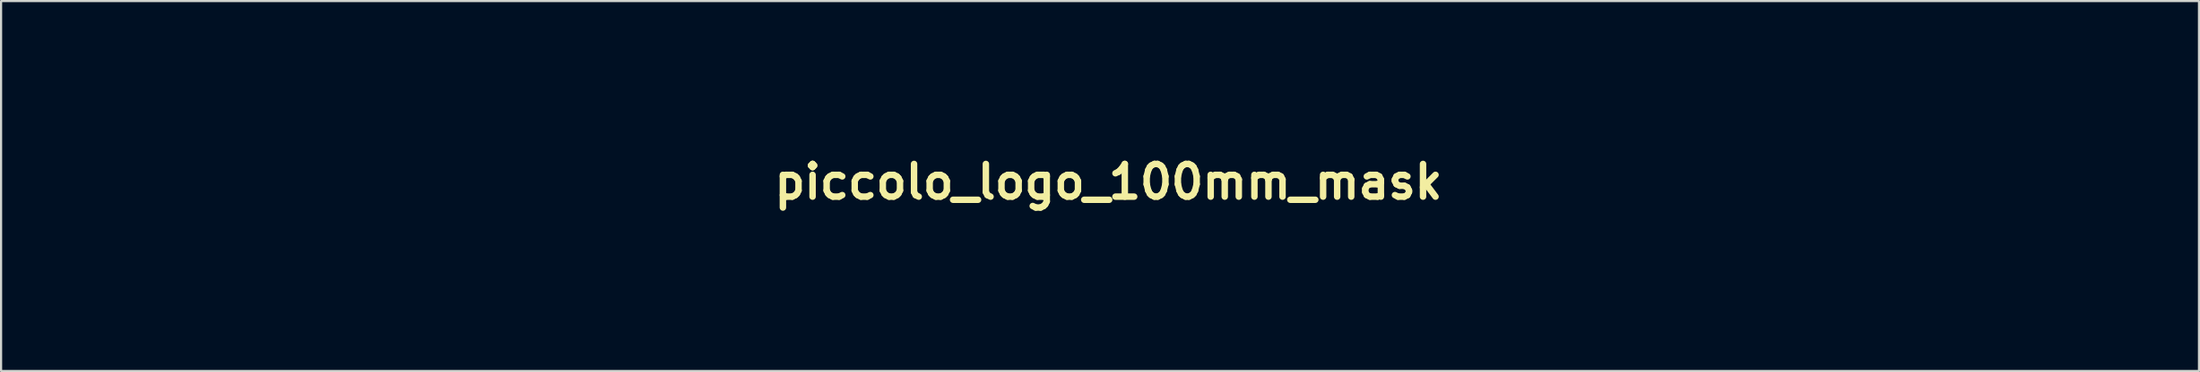
<source format=kicad_pcb>
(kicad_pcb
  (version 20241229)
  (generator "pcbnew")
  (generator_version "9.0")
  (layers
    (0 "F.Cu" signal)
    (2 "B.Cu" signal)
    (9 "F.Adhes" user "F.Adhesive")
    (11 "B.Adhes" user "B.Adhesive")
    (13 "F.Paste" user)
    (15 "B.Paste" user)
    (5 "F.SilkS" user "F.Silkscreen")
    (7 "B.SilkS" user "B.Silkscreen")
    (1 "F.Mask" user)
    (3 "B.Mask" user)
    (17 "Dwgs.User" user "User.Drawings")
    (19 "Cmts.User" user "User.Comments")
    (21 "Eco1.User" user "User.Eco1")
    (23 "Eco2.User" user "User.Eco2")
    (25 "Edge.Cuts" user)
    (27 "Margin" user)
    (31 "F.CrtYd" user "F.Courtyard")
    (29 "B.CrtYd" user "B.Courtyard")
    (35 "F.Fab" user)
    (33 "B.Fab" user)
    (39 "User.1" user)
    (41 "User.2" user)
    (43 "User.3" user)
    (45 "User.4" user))
  (footprint "piccolo_logo_100mm_mask"
    (layer "F.Cu")
    (at 48.472 5.424)
    (property "Reference" "piccolo_logo_100mm_mask" (at 0 0 0) (layer "F.SilkS") (effects (font (size 1.524 1.524) (thickness 0.3))))
    (attr board_only exclude_from_pos_files exclude_from_bom)
    (fp_poly (pts (xy -9.763 -1.594) (xy -9.882 -1.576) (xy -10.146 -1.512) (xy -10.411 -1.402) (xy -10.666 -1.252) (xy -10.902 -1.069) (xy -11.109 -0.858) (xy -11.156 -0.8) (xy -11.224 -0.717) (xy -11.279 -0.652) (xy -11.314 -0.616) (xy -11.322 -0.612) (xy -11.354 -0.618) (xy -11.423 -0.633) (xy -11.515 -0.652) (xy -11.523 -0.653) (xy -11.676 -0.675) (xy -11.856 -0.682) (xy -12.004 -0.678) (xy -12.301 -0.664) (xy -12.36 -0.748) (xy -12.567 -1) (xy -12.812 -1.218) (xy -13.088 -1.399) (xy -13.389 -1.538) (xy -13.686 -1.625) (xy -13.758 -1.641) (xy -13.758 -2.937) (xy -9.763 -2.937)) (stroke (width 0) (type solid)) (fill yes) (layer "F.Mask"))
    (fp_poly (pts (xy -18.971 -1.621) (xy -19.1 -1.604) (xy -19.265 -1.569) (xy -19.451 -1.509) (xy -19.637 -1.431) (xy -19.795 -1.349) (xy -19.879 -1.299) (xy -19.944 -1.262) (xy -19.978 -1.245) (xy -19.981 -1.244) (xy -20.006 -1.257) (xy -20.063 -1.289) (xy -20.122 -1.323) (xy -20.313 -1.417) (xy -20.539 -1.494) (xy -20.78 -1.551) (xy -21.018 -1.583) (xy -21.14 -1.587) (xy -21.381 -1.571) (xy -21.632 -1.525) (xy -21.874 -1.453) (xy -22.087 -1.362) (xy -22.096 -1.357) (xy -22.218 -1.292) (xy -22.36 -1.371) (xy -22.489 -1.432) (xy -22.648 -1.493) (xy -22.814 -1.546) (xy -22.92 -1.572) (xy -22.992 -1.589) (xy -22.992 -2.937) (xy -18.971 -2.937)) (stroke (width 0) (type solid)) (fill yes) (layer "F.Mask"))
    (fp_poly (pts (xy -35.894 -1.058) (xy -35.631 -0.985) (xy -35.386 -0.868) (xy -35.163 -0.712) (xy -34.969 -0.522) (xy -34.809 -0.302) (xy -34.689 -0.057) (xy -34.621 0.172) (xy -34.586 0.462) (xy -34.602 0.743) (xy -34.669 1.013) (xy -34.785 1.267) (xy -34.951 1.503) (xy -35.055 1.616) (xy -35.279 1.806) (xy -35.525 1.947) (xy -35.788 2.04) (xy -36.065 2.084) (xy -36.351 2.076) (xy -36.513 2.049) (xy -36.772 1.967) (xy -37.011 1.84) (xy -37.225 1.674) (xy -37.409 1.475) (xy -37.559 1.249) (xy -37.669 1.001) (xy -37.736 0.738) (xy -37.755 0.503) (xy -37.73 0.228) (xy -37.657 -0.033) (xy -37.542 -0.276) (xy -37.388 -0.496) (xy -37.201 -0.688) (xy -36.986 -0.847) (xy -36.747 -0.969) (xy -36.488 -1.05) (xy -36.215 -1.083) (xy -36.169 -1.084)) (stroke (width 0) (type solid)) (fill yes) (layer "F.Mask"))
    (fp_poly (pts (xy -28.565 -1.058) (xy -28.302 -0.985) (xy -28.057 -0.868) (xy -27.834 -0.712) (xy -27.64 -0.522) (xy -27.48 -0.302) (xy -27.36 -0.057) (xy -27.292 0.172) (xy -27.257 0.462) (xy -27.273 0.743) (xy -27.34 1.013) (xy -27.457 1.267) (xy -27.622 1.503) (xy -27.726 1.616) (xy -27.951 1.806) (xy -28.196 1.947) (xy -28.459 2.04) (xy -28.736 2.084) (xy -29.022 2.076) (xy -29.184 2.049) (xy -29.443 1.967) (xy -29.682 1.84) (xy -29.896 1.674) (xy -30.08 1.475) (xy -30.23 1.249) (xy -30.34 1.001) (xy -30.407 0.738) (xy -30.426 0.503) (xy -30.401 0.228) (xy -30.328 -0.033) (xy -30.213 -0.276) (xy -30.059 -0.496) (xy -29.872 -0.688) (xy -29.657 -0.847) (xy -29.418 -0.969) (xy -29.159 -1.05) (xy -28.886 -1.083) (xy -28.84 -1.084)) (stroke (width 0) (type solid)) (fill yes) (layer "F.Mask"))
    (fp_poly (pts (xy -20.866 -1.032) (xy -20.603 -0.958) (xy -20.357 -0.841) (xy -20.135 -0.686) (xy -19.941 -0.496) (xy -19.781 -0.276) (xy -19.66 -0.031) (xy -19.593 0.198) (xy -19.557 0.488) (xy -19.574 0.77) (xy -19.641 1.039) (xy -19.757 1.293) (xy -19.922 1.529) (xy -20.027 1.643) (xy -20.251 1.832) (xy -20.497 1.974) (xy -20.76 2.067) (xy -21.036 2.11) (xy -21.322 2.102) (xy -21.484 2.075) (xy -21.744 1.993) (xy -21.983 1.866) (xy -22.197 1.701) (xy -22.381 1.502) (xy -22.531 1.276) (xy -22.641 1.028) (xy -22.708 0.764) (xy -22.727 0.529) (xy -22.701 0.254) (xy -22.629 -0.007) (xy -22.513 -0.25) (xy -22.36 -0.469) (xy -22.173 -0.661) (xy -21.958 -0.821) (xy -21.718 -0.943) (xy -21.46 -1.023) (xy -21.187 -1.057) (xy -21.14 -1.057)) (stroke (width 0) (type solid)) (fill yes) (layer "F.Mask"))
    (fp_poly (pts (xy -11.605 -0.132) (xy -11.343 -0.059) (xy -11.097 0.058) (xy -10.874 0.214) (xy -10.68 0.404) (xy -10.52 0.624) (xy -10.4 0.869) (xy -10.332 1.098) (xy -10.297 1.388) (xy -10.313 1.669) (xy -10.38 1.939) (xy -10.497 2.193) (xy -10.662 2.429) (xy -10.766 2.542) (xy -10.991 2.732) (xy -11.236 2.873) (xy -11.499 2.966) (xy -11.776 3.01) (xy -12.062 3.002) (xy -12.224 2.975) (xy -12.483 2.893) (xy -12.722 2.766) (xy -12.936 2.6) (xy -13.12 2.401) (xy -13.27 2.175) (xy -13.381 1.927) (xy -13.447 1.664) (xy -13.466 1.429) (xy -13.441 1.154) (xy -13.368 0.893) (xy -13.253 0.65) (xy -13.099 0.43) (xy -12.913 0.238) (xy -12.697 0.079) (xy -12.458 -0.043) (xy -12.2 -0.124) (xy -11.927 -0.157) (xy -11.88 -0.158)) (stroke (width 0) (type solid)) (fill yes) (layer "F.Mask"))
    (fp_poly (pts (xy -2.371 -0.9) (xy -2.109 -0.826) (xy -1.863 -0.709) (xy -1.64 -0.553) (xy -1.446 -0.363) (xy -1.286 -0.143) (xy -1.166 0.102) (xy -1.098 0.331) (xy -1.063 0.621) (xy -1.079 0.902) (xy -1.146 1.171) (xy -1.263 1.426) (xy -1.428 1.662) (xy -1.532 1.775) (xy -1.757 1.964) (xy -2.002 2.106) (xy -2.266 2.199) (xy -2.542 2.242) (xy -2.828 2.235) (xy -2.99 2.208) (xy -3.249 2.126) (xy -3.488 1.999) (xy -3.702 1.833) (xy -3.886 1.634) (xy -4.036 1.408) (xy -4.147 1.16) (xy -4.213 0.897) (xy -4.232 0.661) (xy -4.207 0.387) (xy -4.134 0.125) (xy -4.019 -0.117) (xy -3.865 -0.337) (xy -3.679 -0.529) (xy -3.463 -0.688) (xy -3.224 -0.811) (xy -2.966 -0.891) (xy -2.693 -0.924) (xy -2.646 -0.925)) (stroke (width 0) (type solid)) (fill yes) (layer "F.Mask"))
    (fp_poly (pts (xy 7.736 -1.058) (xy 7.998 -0.985) (xy 8.244 -0.868) (xy 8.467 -0.712) (xy 8.661 -0.522) (xy 8.821 -0.302) (xy 8.941 -0.057) (xy 9.009 0.172) (xy 9.044 0.462) (xy 9.028 0.743) (xy 8.961 1.013) (xy 8.844 1.267) (xy 8.679 1.503) (xy 8.575 1.616) (xy 8.35 1.806) (xy 8.105 1.947) (xy 7.842 2.04) (xy 7.565 2.084) (xy 7.279 2.076) (xy 7.117 2.049) (xy 6.858 1.967) (xy 6.619 1.84) (xy 6.405 1.674) (xy 6.221 1.475) (xy 6.071 1.249) (xy 5.96 1.001) (xy 5.894 0.738) (xy 5.875 0.503) (xy 5.9 0.228) (xy 5.973 -0.033) (xy 6.088 -0.276) (xy 6.242 -0.496) (xy 6.428 -0.688) (xy 6.644 -0.847) (xy 6.883 -0.969) (xy 7.142 -1.05) (xy 7.414 -1.083) (xy 7.461 -1.084)) (stroke (width 0) (type solid)) (fill yes) (layer "F.Mask"))
    (fp_poly (pts (xy -45.093 -2.122) (xy -44.891 -2.094) (xy -44.786 -2.069) (xy -44.544 -1.984) (xy -44.332 -1.877) (xy -44.156 -1.751) (xy -44.021 -1.612) (xy -43.948 -1.497) (xy -43.902 -1.348) (xy -43.904 -1.203) (xy -43.95 -1.062) (xy -44.036 -0.93) (xy -44.159 -0.807) (xy -44.312 -0.698) (xy -44.493 -0.604) (xy -44.697 -0.527) (xy -44.919 -0.47) (xy -45.156 -0.435) (xy -45.403 -0.425) (xy -45.655 -0.442) (xy -45.786 -0.462) (xy -46.028 -0.523) (xy -46.247 -0.608) (xy -46.439 -0.714) (xy -46.598 -0.837) (xy -46.72 -0.973) (xy -46.799 -1.118) (xy -46.831 -1.269) (xy -46.831 -1.287) (xy -46.806 -1.433) (xy -46.731 -1.575) (xy -46.613 -1.711) (xy -46.456 -1.836) (xy -46.264 -1.946) (xy -46.041 -2.038) (xy -45.94 -2.069) (xy -45.759 -2.107) (xy -45.545 -2.128) (xy -45.318 -2.133)) (stroke (width 0) (type solid)) (fill yes) (layer "F.Mask"))
    (fp_poly (pts (xy -41.68 1.318) (xy -41.478 1.346) (xy -41.373 1.37) (xy -41.131 1.455) (xy -40.919 1.563) (xy -40.742 1.688) (xy -40.608 1.827) (xy -40.535 1.942) (xy -40.489 2.091) (xy -40.491 2.237) (xy -40.537 2.377) (xy -40.623 2.51) (xy -40.745 2.632) (xy -40.899 2.742) (xy -41.08 2.836) (xy -41.284 2.913) (xy -41.506 2.97) (xy -41.743 3.005) (xy -41.989 3.015) (xy -42.242 2.997) (xy -42.373 2.977) (xy -42.615 2.917) (xy -42.834 2.832) (xy -43.026 2.726) (xy -43.185 2.603) (xy -43.307 2.467) (xy -43.386 2.321) (xy -43.418 2.171) (xy -43.418 2.152) (xy -43.392 2.007) (xy -43.318 1.864) (xy -43.2 1.728) (xy -43.043 1.603) (xy -42.851 1.493) (xy -42.628 1.402) (xy -42.526 1.37) (xy -42.346 1.333) (xy -42.132 1.312) (xy -41.905 1.307)) (stroke (width 0) (type solid)) (fill yes) (layer "F.Mask"))
    (fp_poly (pts (xy -0.529 -1.572) (xy -0.708 -1.53) (xy -0.943 -1.463) (xy -1.146 -1.38) (xy -1.337 -1.273) (xy -1.361 -1.257) (xy -1.445 -1.202) (xy -1.509 -1.161) (xy -1.542 -1.14) (xy -1.545 -1.139) (xy -1.567 -1.152) (xy -1.62 -1.184) (xy -1.654 -1.205) (xy -1.733 -1.246) (xy -1.84 -1.292) (xy -1.953 -1.333) (xy -1.958 -1.335) (xy -2.247 -1.413) (xy -2.519 -1.452) (xy -2.787 -1.45) (xy -3.062 -1.408) (xy -3.358 -1.325) (xy -3.374 -1.32) (xy -3.613 -1.239) (xy -3.772 -1.333) (xy -3.925 -1.412) (xy -4.101 -1.485) (xy -4.279 -1.542) (xy -4.421 -1.573) (xy -4.485 -1.582) (xy -4.535 -1.59) (xy -4.572 -1.604) (xy -4.598 -1.629) (xy -4.615 -1.672) (xy -4.625 -1.74) (xy -4.629 -1.838) (xy -4.631 -1.973) (xy -4.63 -2.151) (xy -4.63 -2.277) (xy -4.63 -2.937) (xy -0.529 -2.937)) (stroke (width 0) (type solid)) (fill yes) (layer "F.Mask"))
    (fp_poly (pts (xy -4.655 -1.073) (xy -4.477 -1.042) (xy -4.307 -0.997) (xy -4.195 -0.956) (xy -4.077 -0.904) (xy -4.183 -0.789) (xy -4.394 -0.527) (xy -4.555 -0.249) (xy -4.666 0.047) (xy -4.73 0.364) (xy -4.748 0.661) (xy -4.733 0.957) (xy -4.686 1.222) (xy -4.603 1.467) (xy -4.481 1.705) (xy -4.421 1.8) (xy -4.29 1.998) (xy -4.401 2.032) (xy -4.527 2.059) (xy -4.685 2.075) (xy -4.856 2.079) (xy -5.021 2.071) (xy -5.159 2.051) (xy -5.159 2.051) (xy -5.423 1.965) (xy -5.664 1.836) (xy -5.879 1.668) (xy -6.063 1.467) (xy -6.212 1.239) (xy -6.321 0.989) (xy -6.385 0.724) (xy -6.402 0.503) (xy -6.377 0.228) (xy -6.304 -0.033) (xy -6.189 -0.276) (xy -6.035 -0.496) (xy -5.848 -0.688) (xy -5.633 -0.847) (xy -5.394 -0.969) (xy -5.135 -1.05) (xy -4.862 -1.083) (xy -4.815 -1.084)) (stroke (width 0) (type solid)) (fill yes) (layer "F.Mask"))
    (fp_poly (pts (xy -23.244 -1.076) (xy -23.147 -1.065) (xy -23.036 -1.046) (xy -22.922 -1.022) (xy -22.817 -0.996) (xy -22.734 -0.97) (xy -22.684 -0.948) (xy -22.675 -0.938) (xy -22.69 -0.913) (xy -22.731 -0.858) (xy -22.788 -0.787) (xy -22.789 -0.785) (xy -22.974 -0.518) (xy -23.112 -0.231) (xy -23.203 0.07) (xy -23.249 0.379) (xy -23.248 0.692) (xy -23.2 1.001) (xy -23.106 1.303) (xy -22.966 1.59) (xy -22.804 1.826) (xy -22.7 1.959) (xy -22.773 1.987) (xy -23.001 2.052) (xy -23.252 2.081) (xy -23.506 2.076) (xy -23.68 2.049) (xy -23.939 1.967) (xy -24.179 1.839) (xy -24.395 1.672) (xy -24.581 1.472) (xy -24.732 1.243) (xy -24.841 0.993) (xy -24.884 0.833) (xy -24.919 0.544) (xy -24.903 0.262) (xy -24.836 -0.007) (xy -24.719 -0.262) (xy -24.554 -0.497) (xy -24.45 -0.611) (xy -24.226 -0.8) (xy -23.982 -0.942) (xy -23.72 -1.034) (xy -23.445 -1.077)) (stroke (width 0) (type solid)) (fill yes) (layer "F.Mask"))
    (fp_poly (pts (xy -18.51 -1.09) (xy -18.251 -1.029) (xy -18.009 -0.926) (xy -17.786 -0.786) (xy -17.59 -0.612) (xy -17.423 -0.409) (xy -17.291 -0.179) (xy -17.199 0.072) (xy -17.152 0.343) (xy -17.146 0.476) (xy -17.171 0.751) (xy -17.245 1.014) (xy -17.362 1.259) (xy -17.518 1.482) (xy -17.708 1.676) (xy -17.928 1.836) (xy -18.173 1.956) (xy -18.402 2.024) (xy -18.69 2.059) (xy -18.974 2.041) (xy -19.066 2.024) (xy -19.181 1.994) (xy -19.301 1.955) (xy -19.361 1.932) (xy -19.496 1.874) (xy -19.367 1.677) (xy -19.213 1.394) (xy -19.105 1.094) (xy -19.044 0.783) (xy -19.03 0.468) (xy -19.061 0.155) (xy -19.138 -0.151) (xy -19.261 -0.442) (xy -19.429 -0.713) (xy -19.475 -0.772) (xy -19.521 -0.832) (xy -19.549 -0.873) (xy -19.553 -0.881) (xy -19.529 -0.901) (xy -19.468 -0.932) (xy -19.38 -0.969) (xy -19.278 -1.007) (xy -19.174 -1.041) (xy -19.081 -1.067) (xy -19.057 -1.072) (xy -18.78 -1.106)) (stroke (width 0) (type solid)) (fill yes) (layer "F.Mask"))
    (fp_poly (pts (xy -13.703 -1.083) (xy -13.446 -0.989) (xy -13.204 -0.849) (xy -13.015 -0.695) (xy -12.936 -0.618) (xy -12.874 -0.551) (xy -12.839 -0.506) (xy -12.833 -0.493) (xy -12.854 -0.466) (xy -12.91 -0.42) (xy -12.99 -0.364) (xy -13.021 -0.344) (xy -13.283 -0.148) (xy -13.506 0.083) (xy -13.69 0.342) (xy -13.832 0.625) (xy -13.93 0.928) (xy -13.982 1.245) (xy -13.987 1.572) (xy -13.943 1.904) (xy -13.926 1.978) (xy -13.921 2.009) (xy -13.933 2.027) (xy -13.973 2.034) (xy -14.05 2.036) (xy -14.093 2.035) (xy -14.222 2.028) (xy -14.361 2.011) (xy -14.446 1.996) (xy -14.705 1.914) (xy -14.945 1.787) (xy -15.161 1.619) (xy -15.347 1.419) (xy -15.498 1.19) (xy -15.607 0.94) (xy -15.65 0.781) (xy -15.685 0.491) (xy -15.669 0.209) (xy -15.602 -0.06) (xy -15.485 -0.314) (xy -15.32 -0.55) (xy -15.216 -0.664) (xy -14.995 -0.85) (xy -14.754 -0.99) (xy -14.498 -1.083) (xy -14.234 -1.129) (xy -13.967 -1.129)) (stroke (width 0) (type solid)) (fill yes) (layer "F.Mask"))
    (fp_poly (pts (xy -9.323 -1.07) (xy -9.045 -1.012) (xy -8.784 -0.909) (xy -8.589 -0.79) (xy -8.403 -0.632) (xy -8.238 -0.449) (xy -8.109 -0.254) (xy -8.087 -0.212) (xy -7.98 0.064) (xy -7.923 0.342) (xy -7.918 0.619) (xy -7.962 0.889) (xy -8.055 1.149) (xy -8.196 1.393) (xy -8.385 1.616) (xy -8.61 1.806) (xy -8.855 1.947) (xy -9.12 2.04) (xy -9.404 2.083) (xy -9.707 2.077) (xy -9.757 2.071) (xy -9.815 2.059) (xy -9.842 2.046) (xy -9.842 2.044) (xy -9.838 2.013) (xy -9.826 1.942) (xy -9.808 1.845) (xy -9.8 1.801) (xy -9.767 1.489) (xy -9.783 1.177) (xy -9.845 0.869) (xy -9.951 0.574) (xy -10.097 0.297) (xy -10.282 0.046) (xy -10.502 -0.173) (xy -10.661 -0.293) (xy -10.731 -0.345) (xy -10.78 -0.388) (xy -10.794 -0.409) (xy -10.777 -0.437) (xy -10.729 -0.493) (xy -10.659 -0.567) (xy -10.603 -0.623) (xy -10.378 -0.808) (xy -10.133 -0.946) (xy -9.872 -1.036) (xy -9.601 -1.078)) (stroke (width 0) (type solid)) (fill yes) (layer "F.Mask"))
    (fp_poly (pts (xy 0.037 -1.032) (xy 0.298 -0.959) (xy 0.541 -0.844) (xy 0.76 -0.69) (xy 0.952 -0.504) (xy 1.112 -0.288) (xy 1.234 -0.049) (xy 1.314 0.209) (xy 1.348 0.482) (xy 1.348 0.529) (xy 1.323 0.804) (xy 1.249 1.066) (xy 1.133 1.312) (xy 0.977 1.535) (xy 0.787 1.729) (xy 0.567 1.889) (xy 0.322 2.009) (xy 0.093 2.077) (xy -0.194 2.112) (xy -0.475 2.095) (xy -0.569 2.078) (xy -0.663 2.054) (xy -0.761 2.024) (xy -0.851 1.993) (xy -0.919 1.965) (xy -0.951 1.946) (xy -0.953 1.943) (xy -0.939 1.918) (xy -0.904 1.86) (xy -0.855 1.782) (xy -0.848 1.771) (xy -0.705 1.503) (xy -0.606 1.215) (xy -0.55 0.913) (xy -0.537 0.606) (xy -0.567 0.3) (xy -0.638 0.002) (xy -0.751 -0.28) (xy -0.904 -0.539) (xy -1.013 -0.676) (xy -1.113 -0.791) (xy -1.053 -0.831) (xy -0.897 -0.913) (xy -0.708 -0.981) (xy -0.505 -1.03) (xy -0.307 -1.055) (xy -0.238 -1.057)) (stroke (width 0) (type solid)) (fill yes) (layer "F.Mask"))
    (fp_poly (pts (xy -33.913 -1.069) (xy -33.653 -1.014) (xy -33.408 -0.915) (xy -33.183 -0.777) (xy -32.983 -0.605) (xy -32.813 -0.402) (xy -32.677 -0.174) (xy -32.58 0.075) (xy -32.527 0.341) (xy -32.518 0.503) (xy -32.544 0.777) (xy -32.617 1.04) (xy -32.734 1.285) (xy -32.89 1.508) (xy -33.08 1.702) (xy -33.3 1.862) (xy -33.545 1.983) (xy -33.774 2.05) (xy -33.885 2.069) (xy -34.009 2.081) (xy -34.131 2.088) (xy -34.234 2.087) (xy -34.302 2.078) (xy -34.303 2.078) (xy -34.342 2.068) (xy -34.415 2.052) (xy -34.482 2.038) (xy -34.563 2.017) (xy -34.618 1.995) (xy -34.634 1.98) (xy -34.618 1.947) (xy -34.576 1.889) (xy -34.535 1.839) (xy -34.366 1.608) (xy -34.229 1.34) (xy -34.127 1.044) (xy -34.089 0.877) (xy -34.056 0.577) (xy -34.069 0.27) (xy -34.125 -0.033) (xy -34.223 -0.324) (xy -34.359 -0.592) (xy -34.531 -0.829) (xy -34.535 -0.834) (xy -34.589 -0.9) (xy -34.625 -0.952) (xy -34.634 -0.973) (xy -34.609 -0.997) (xy -34.542 -1.021) (xy -34.442 -1.044) (xy -34.319 -1.064) (xy -34.184 -1.077) (xy -34.184 -1.077)) (stroke (width 0) (type solid)) (fill yes) (layer "F.Mask"))
    (fp_poly (pts (xy -14.261 -2.302) (xy -14.261 -2.125) (xy -14.263 -1.967) (xy -14.265 -1.835) (xy -14.267 -1.737) (xy -14.27 -1.679) (xy -14.272 -1.667) (xy -14.325 -1.66) (xy -14.413 -1.643) (xy -14.523 -1.618) (xy -14.638 -1.59) (xy -14.743 -1.562) (xy -14.825 -1.537) (xy -14.83 -1.536) (xy -15.094 -1.417) (xy -15.347 -1.253) (xy -15.58 -1.051) (xy -15.786 -0.819) (xy -15.956 -0.563) (xy -15.991 -0.498) (xy -16.087 -0.312) (xy -16.087 -1.408) (xy -16.146 -1.393) (xy -16.199 -1.385) (xy -16.288 -1.38) (xy -16.399 -1.377) (xy -16.45 -1.376) (xy -16.694 -1.376) (xy -16.701 -0.748) (xy -16.708 -0.121) (xy -16.754 -0.265) (xy -16.857 -0.508) (xy -17.005 -0.743) (xy -17.191 -0.962) (xy -17.407 -1.16) (xy -17.646 -1.33) (xy -17.901 -1.466) (xy -18.163 -1.562) (xy -18.349 -1.602) (xy -18.468 -1.62) (xy -18.468 -2.937) (xy -17.694 -2.934) (xy -17.471 -2.932) (xy -17.299 -2.93) (xy -17.174 -2.927) (xy -17.095 -2.924) (xy -17.058 -2.919) (xy -17.062 -2.914) (xy -17.102 -2.907) (xy -17.367 -2.861) (xy -17.616 -2.795) (xy -17.84 -2.712) (xy -18.032 -2.615) (xy -18.182 -2.508) (xy -18.213 -2.479) (xy -18.312 -2.354) (xy -18.358 -2.229) (xy -18.351 -2.104) (xy -18.291 -1.979) (xy -18.213 -1.886) (xy -18.054 -1.761) (xy -17.853 -1.655) (xy -17.618 -1.568) (xy -17.354 -1.503) (xy -17.071 -1.458) (xy -16.774 -1.434) (xy -16.471 -1.433) (xy -16.17 -1.454) (xy -15.878 -1.498) (xy -15.602 -1.566) (xy -15.349 -1.658) (xy -15.298 -1.681) (xy -15.161 -1.759) (xy -15.027 -1.86) (xy -14.908 -1.973) (xy -14.816 -2.086) (xy -14.773 -2.162) (xy -14.754 -2.24) (xy -14.742 -2.368) (xy -14.737 -2.547) (xy -14.737 -2.592) (xy -14.737 -2.937) (xy -14.261 -2.937)) (stroke (width 0) (type solid)) (fill yes) (layer "F.Mask"))
    (fp_poly (pts (xy -18.863 -5.424) (xy -18.276 -5.424) (xy -17.738 -5.424) (xy -17.247 -5.423) (xy -16.8 -5.423) (xy -16.395 -5.423) (xy -16.031 -5.422) (xy -15.704 -5.421) (xy -15.413 -5.421) (xy -15.155 -5.419) (xy -14.93 -5.418) (xy -14.733 -5.417) (xy -14.564 -5.415) (xy -14.42 -5.413) (xy -14.298 -5.411) (xy -14.198 -5.408) (xy -14.116 -5.405) (xy -14.051 -5.402) (xy -14 -5.398) (xy -13.961 -5.395) (xy -13.933 -5.39) (xy -13.912 -5.386) (xy -13.897 -5.38) (xy -13.891 -5.378) (xy -13.84 -5.349) (xy -13.801 -5.316) (xy -13.773 -5.27) (xy -13.754 -5.206) (xy -13.742 -5.116) (xy -13.735 -4.992) (xy -13.733 -4.827) (xy -13.732 -4.69) (xy -13.732 -4.181) (xy 1.131 -4.174) (xy 2.193 -4.173) (xy 3.202 -4.173) (xy 4.162 -4.172) (xy 5.072 -4.172) (xy 5.935 -4.172) (xy 6.751 -4.171) (xy 7.522 -4.171) (xy 8.25 -4.17) (xy 8.934 -4.17) (xy 9.578 -4.169) (xy 10.181 -4.168) (xy 10.746 -4.168) (xy 11.273 -4.167) (xy 11.764 -4.166) (xy 12.22 -4.166) (xy 12.643 -4.165) (xy 13.033 -4.164) (xy 13.393 -4.163) (xy 13.723 -4.162) (xy 14.024 -4.161) (xy 14.299 -4.16) (xy 14.547 -4.159) (xy 14.771 -4.157) (xy 14.972 -4.156) (xy 15.151 -4.154) (xy 15.309 -4.153) (xy 15.449 -4.151) (xy 15.57 -4.149) (xy 15.674 -4.147) (xy 15.763 -4.145) (xy 15.837 -4.143) (xy 15.899 -4.141) (xy 15.949 -4.138) (xy 15.989 -4.136) (xy 16.02 -4.133) (xy 16.043 -4.13) (xy 16.06 -4.127) (xy 16.072 -4.124) (xy 16.079 -4.121) (xy 16.08 -4.12) (xy 16.134 -4.087) (xy 16.174 -4.048) (xy 16.204 -3.996) (xy 16.224 -3.924) (xy 16.236 -3.825) (xy 16.243 -3.69) (xy 16.245 -3.513) (xy 16.245 -3.428) (xy 16.245 -2.937) (xy 46.795 -2.924) (xy 46.893 -2.857) (xy 47.021 -2.743) (xy 47.141 -2.578) (xy 47.253 -2.367) (xy 47.356 -2.11) (xy 47.449 -1.812) (xy 47.53 -1.474) (xy 47.6 -1.099) (xy 47.642 -0.807) (xy 47.662 -0.606) (xy 47.677 -0.364) (xy 47.687 -0.094) (xy 47.691 0.194) (xy 47.691 0.486) (xy 47.686 0.772) (xy 47.675 1.039) (xy 47.659 1.275) (xy 47.642 1.442) (xy 47.583 1.839) (xy 47.511 2.201) (xy 47.427 2.527) (xy 47.332 2.813) (xy 47.228 3.057) (xy 47.115 3.257) (xy 46.994 3.409) (xy 46.867 3.511) (xy 46.86 3.515) (xy 46.758 3.572) (xy 15.336 3.572) (xy -16.087 3.572) (xy -16.087 3.652) (xy -16.068 3.738) (xy -16.021 3.833) (xy -15.958 3.918) (xy -15.891 3.972) (xy -15.887 3.974) (xy -15.85 3.985) (xy -15.799 3.985) (xy -15.724 3.975) (xy -15.616 3.951) (xy -15.484 3.919) (xy -15.332 3.883) (xy -15.172 3.85) (xy -15.026 3.824) (xy -14.922 3.809) (xy -14.607 3.787) (xy -14.297 3.79) (xy -13.997 3.817) (xy -13.712 3.866) (xy -13.445 3.936) (xy -13.201 4.023) (xy -12.984 4.128) (xy -12.799 4.247) (xy -12.65 4.379) (xy -12.542 4.523) (xy -12.478 4.676) (xy -12.462 4.802) (xy -12.488 4.96) (xy -12.563 5.112) (xy -12.684 5.257) (xy -12.846 5.392) (xy -13.047 5.513) (xy -13.282 5.618) (xy -13.548 5.705) (xy -13.759 5.755) (xy -13.848 5.769) (xy -13.973 5.781) (xy -14.123 5.792) (xy -14.286 5.802) (xy -14.45 5.809) (xy -14.604 5.813) (xy -14.735 5.813) (xy -14.833 5.81) (xy -14.87 5.806) (xy -14.928 5.796) (xy -15.02 5.782) (xy -15.126 5.766) (xy -15.134 5.765) (xy -15.47 5.694) (xy -15.773 5.586) (xy -16.042 5.442) (xy -16.274 5.263) (xy -16.466 5.05) (xy -16.577 4.881) (xy -16.682 4.696) (xy -16.691 4.134) (xy -16.7 3.572) (xy -48.472 3.572) (xy -48.472 -1.282) (xy -47.36 -1.282) (xy -47.336 -1.07) (xy -47.265 -0.863) (xy -47.149 -0.665) (xy -46.989 -0.479) (xy -46.784 -0.311) (xy -46.537 -0.162) (xy -46.507 -0.147) (xy -46.276 -0.033) (xy -46.378 -0.02) (xy -46.537 0.024) (xy -46.673 0.104) (xy -46.747 0.18) (xy -46.791 0.251) (xy -46.813 0.325) (xy -46.818 0.423) (xy -46.795 0.572) (xy -46.728 0.694) (xy -46.614 0.788) (xy -46.575 0.81) (xy -46.553 0.82) (xy -46.527 0.828) (xy -46.493 0.835) (xy -46.447 0.841) (xy -46.385 0.847) (xy -46.303 0.851) (xy -46.198 0.855) (xy -46.066 0.858) (xy -45.902 0.861) (xy -45.704 0.864) (xy -45.467 0.866) (xy -45.187 0.869) (xy -44.861 0.871) (xy -44.609 0.873) (xy -44.248 0.876) (xy -43.937 0.878) (xy -43.672 0.881) (xy -43.451 0.883) (xy -43.269 0.886) (xy -43.124 0.889) (xy -43.013 0.893) (xy -42.933 0.896) (xy -42.879 0.901) (xy -42.85 0.906) (xy -42.841 0.911) (xy -42.849 0.918) (xy -42.862 0.922) (xy -43.035 0.989) (xy -43.215 1.083) (xy -43.39 1.195) (xy -43.543 1.315) (xy -43.661 1.435) (xy -43.67 1.446) (xy -43.754 1.558) (xy -43.813 1.653) (xy -43.859 1.754) (xy -43.893 1.848) (xy -43.939 2.065) (xy -43.935 2.284) (xy -43.883 2.5) (xy -43.784 2.708) (xy -43.641 2.9) (xy -43.482 3.051) (xy -43.293 3.182) (xy -43.067 3.301) (xy -42.817 3.402) (xy -42.56 3.48) (xy -42.308 3.528) (xy -42.307 3.529) (xy -42.18 3.538) (xy -42.017 3.538) (xy -41.835 3.531) (xy -41.649 3.518) (xy -41.475 3.5) (xy -41.329 3.477) (xy -41.275 3.465) (xy -41.069 3.401) (xy -40.855 3.312) (xy -40.652 3.208) (xy -40.476 3.096) (xy -40.417 3.051) (xy -40.231 2.87) (xy -40.092 2.671) (xy -40.002 2.461) (xy -39.959 2.244) (xy -39.965 2.025) (xy -40.018 1.809) (xy -40.118 1.602) (xy -40.266 1.407) (xy -40.46 1.23) (xy -40.468 1.225) (xy -40.664 1.094) (xy -40.865 0.988) (xy -41.037 0.923) (xy -41.156 0.887) (xy -41.033 0.869) (xy -40.857 0.823) (xy -40.718 0.742) (xy -40.645 0.666) (xy -40.601 0.596) (xy -40.579 0.522) (xy -40.579 0.511) (xy -38.272 0.511) (xy -38.266 0.702) (xy -38.25 0.875) (xy -38.225 1.002) (xy -38.109 1.332) (xy -37.951 1.631) (xy -37.752 1.897) (xy -37.513 2.129) (xy -37.312 2.278) (xy -37.065 2.419) (xy -36.816 2.518) (xy -36.552 2.578) (xy -36.26 2.604) (xy -36.169 2.605) (xy -35.956 2.599) (xy -35.777 2.58) (xy -35.611 2.543) (xy -35.439 2.485) (xy -35.338 2.444) (xy -35.237 2.403) (xy -35.165 2.383) (xy -35.102 2.384) (xy -35.028 2.406) (xy -34.935 2.444) (xy -34.752 2.515) (xy -34.585 2.563) (xy -34.415 2.591) (xy -34.223 2.603) (xy -34.105 2.605) (xy -33.803 2.589) (xy -33.531 2.539) (xy -33.279 2.452) (xy -33.033 2.324) (xy -32.962 2.278) (xy -32.694 2.074) (xy -32.468 1.838) (xy -32.283 1.568) (xy -32.136 1.264) (xy -32.046 0.992) (xy -32.022 0.863) (xy -32.007 0.699) (xy -32.001 0.517) (xy -32.003 0.439) (xy -30.951 0.439) (xy -30.939 0.741) (xy -30.882 1.04) (xy -30.782 1.332) (xy -30.636 1.611) (xy -30.444 1.873) (xy -30.328 1.999) (xy -30.077 2.217) (xy -29.807 2.385) (xy -29.516 2.506) (xy -29.201 2.579) (xy -28.863 2.605) (xy -28.84 2.605) (xy -28.537 2.589) (xy -28.266 2.539) (xy -28.014 2.452) (xy -27.768 2.324) (xy -27.696 2.278) (xy -27.434 2.077) (xy -27.211 1.845) (xy -27.03 1.589) (xy -26.89 1.313) (xy -26.792 1.022) (xy -26.738 0.721) (xy -26.731 0.503) (xy -25.439 0.503) (xy -25.423 0.801) (xy -25.375 1.068) (xy -25.29 1.316) (xy -25.164 1.56) (xy -25.1 1.66) (xy -24.897 1.921) (xy -24.662 2.142) (xy -24.401 2.323) (xy -24.119 2.462) (xy -23.821 2.558) (xy -23.513 2.608) (xy -23.199 2.613) (xy -22.884 2.57) (xy -22.575 2.478) (xy -22.366 2.386) (xy -22.256 2.33) (xy -22.139 2.395) (xy -21.94 2.487) (xy -21.71 2.562) (xy -21.467 2.616) (xy -21.23 2.643) (xy -21.143 2.646) (xy -20.87 2.625) (xy -20.589 2.567) (xy -20.319 2.476) (xy -20.079 2.357) (xy -20.072 2.353) (xy -19.898 2.248) (xy -19.757 2.328) (xy -19.467 2.462) (xy -19.162 2.548) (xy -18.849 2.587) (xy -18.534 2.579) (xy -18.222 2.525) (xy -17.921 2.425) (xy -17.636 2.281) (xy -17.374 2.093) (xy -17.371 2.09) (xy -17.149 1.872) (xy -16.96 1.626) (xy -16.813 1.364) (xy -16.759 1.237) (xy -16.698 1.072) (xy -16.697 2.322) (xy -16.695 3.572) (xy -16.087 3.572) (xy -16.087 1.212) (xy -15.991 1.397) (xy -15.815 1.685) (xy -15.602 1.936) (xy -15.358 2.148) (xy -15.085 2.319) (xy -14.789 2.446) (xy -14.474 2.528) (xy -14.143 2.561) (xy -13.954 2.557) (xy -13.687 2.541) (xy -13.537 2.732) (xy -13.316 2.974) (xy -13.064 3.175) (xy -12.788 3.336) (xy -12.493 3.452) (xy -12.184 3.522) (xy -11.867 3.544) (xy -11.548 3.516) (xy -11.505 3.508) (xy -11.198 3.429) (xy -10.919 3.312) (xy -10.663 3.156) (xy -10.424 2.955) (xy -10.195 2.706) (xy -10.12 2.612) (xy -10.067 2.543) (xy -9.869 2.583) (xy -9.582 2.616) (xy -9.282 2.604) (xy -8.981 2.549) (xy -8.69 2.453) (xy -8.419 2.318) (xy -8.355 2.278) (xy -8.093 2.077) (xy -7.87 1.845) (xy -7.689 1.589) (xy -7.549 1.313) (xy -7.451 1.022) (xy -7.397 0.721) (xy -7.39 0.511) (xy -6.919 0.511) (xy -6.913 0.702) (xy -6.897 0.875) (xy -6.872 1.002) (xy -6.756 1.332) (xy -6.598 1.631) (xy -6.399 1.897) (xy -6.16 2.129) (xy -5.959 2.278) (xy -5.682 2.431) (xy -5.388 2.537) (xy -5.071 2.599) (xy -4.933 2.611) (xy -4.707 2.614) (xy -4.487 2.59) (xy -4.256 2.537) (xy -4.088 2.484) (xy -3.85 2.404) (xy -3.694 2.497) (xy -3.423 2.631) (xy -3.13 2.72) (xy -2.824 2.765) (xy -2.512 2.767) (xy -2.203 2.725) (xy -1.904 2.64) (xy -1.623 2.511) (xy -1.522 2.45) (xy -1.343 2.336) (xy -1.23 2.399) (xy -1.146 2.44) (xy -1.035 2.486) (xy -0.931 2.525) (xy -0.608 2.608) (xy -0.282 2.641) (xy 0.041 2.624) (xy 0.357 2.558) (xy 0.658 2.443) (xy 0.905 2.305) (xy 1.171 2.1) (xy 1.397 1.864) (xy 1.582 1.602) (xy 1.722 1.317) (xy 1.818 1.016) (xy 1.867 0.702) (xy 1.868 0.511) (xy 5.358 0.511) (xy 5.363 0.702) (xy 5.38 0.875) (xy 5.405 1.002) (xy 5.521 1.332) (xy 5.678 1.631) (xy 5.877 1.897) (xy 6.116 2.129) (xy 6.318 2.278) (xy 6.564 2.419) (xy 6.814 2.518) (xy 7.078 2.578) (xy 7.37 2.604) (xy 7.461 2.605) (xy 7.763 2.589) (xy 8.035 2.539) (xy 8.287 2.452) (xy 8.533 2.324) (xy 8.604 2.278) (xy 8.871 2.074) (xy 9.097 1.838) (xy 9.281 1.575) (xy 9.422 1.291) (xy 9.517 0.989) (xy 9.567 0.676) (xy 9.568 0.354) (xy 9.565 0.337) (xy 32.89 0.337) (xy 32.904 0.572) (xy 32.964 0.799) (xy 33.069 1.014) (xy 33.215 1.214) (xy 33.399 1.397) (xy 33.619 1.557) (xy 33.871 1.692) (xy 34.153 1.799) (xy 34.431 1.868) (xy 34.598 1.888) (xy 34.797 1.896) (xy 35.011 1.891) (xy 35.221 1.874) (xy 35.41 1.847) (xy 35.494 1.828) (xy 35.785 1.733) (xy 36.046 1.606) (xy 36.277 1.452) (xy 36.473 1.274) (xy 36.631 1.077) (xy 36.749 0.864) (xy 36.824 0.639) (xy 36.853 0.406) (xy 36.833 0.168) (xy 36.816 0.094) (xy 36.728 -0.141) (xy 36.593 -0.361) (xy 36.415 -0.563) (xy 36.199 -0.739) (xy 35.953 -0.884) (xy 35.763 -0.972) (xy 35.591 -1.036) (xy 35.423 -1.079) (xy 35.243 -1.106) (xy 35.037 -1.118) (xy 34.872 -1.12) (xy 34.639 -1.115) (xy 34.443 -1.099) (xy 34.269 -1.068) (xy 34.101 -1.018) (xy 33.925 -0.947) (xy 33.787 -0.883) (xy 33.654 -0.813) (xy 33.545 -0.743) (xy 33.442 -0.66) (xy 33.326 -0.55) (xy 33.321 -0.545) (xy 33.173 -0.384) (xy 33.064 -0.233) (xy 32.985 -0.078) (xy 32.928 0.096) (xy 32.927 0.098) (xy 32.89 0.337) (xy 9.565 0.337) (xy 9.519 0.029) (xy 9.447 -0.216) (xy 9.316 -0.51) (xy 9.141 -0.779) (xy 8.928 -1.017) (xy 8.681 -1.221) (xy 8.405 -1.386) (xy 8.106 -1.508) (xy 7.858 -1.571) (xy 7.686 -1.604) (xy 7.679 -2.27) (xy 7.672 -2.937) (xy 7.673 -2.937) (xy 15.769 -2.937) (xy 15.769 -3.545) (xy 7.673 -3.545) (xy 7.673 -2.937) (xy 7.672 -2.937) (xy 7.17 -2.937) (xy 7.17 -1.599) (xy 6.989 -1.556) (xy 6.67 -1.455) (xy 6.377 -1.309) (xy 6.113 -1.122) (xy 5.882 -0.896) (xy 5.685 -0.635) (xy 5.527 -0.34) (xy 5.41 -0.016) (xy 5.405 0.003) (xy 5.378 0.144) (xy 5.362 0.319) (xy 5.358 0.511) (xy 1.868 0.511) (xy 1.868 0.38) (xy 1.819 0.056) (xy 1.748 -0.189) (xy 1.616 -0.484) (xy 1.441 -0.752) (xy 1.228 -0.99) (xy 0.981 -1.194) (xy 0.706 -1.359) (xy 0.407 -1.481) (xy 0.159 -1.545) (xy -0.013 -1.577) (xy -0.027 -2.937) (xy -0.532 -2.937) (xy -0.524 -3.241) (xy -0.516 -3.546) (xy -0.04 -3.546) (xy -0.031 -3.241) (xy -0.023 -2.937) (xy 7.17 -2.937) (xy 7.17 -3.545) (xy -0.04 -3.546) (xy -0.516 -3.546) (xy -2.573 -3.545) (xy -4.63 -3.545) (xy -4.63 -2.937) (xy -5.133 -2.937) (xy -5.133 -1.595) (xy -5.305 -1.553) (xy -5.625 -1.448) (xy -5.918 -1.298) (xy -6.18 -1.108) (xy -6.41 -0.879) (xy -6.604 -0.614) (xy -6.76 -0.317) (xy -6.872 0.003) (xy -6.898 0.144) (xy -6.914 0.319) (xy -6.919 0.511) (xy -7.39 0.511) (xy -7.387 0.416) (xy -7.422 0.111) (xy -7.502 -0.189) (xy -7.628 -0.479) (xy -7.801 -0.754) (xy -7.886 -0.861) (xy -8.079 -1.058) (xy -8.303 -1.234) (xy -8.547 -1.381) (xy -8.8 -1.493) (xy -9.05 -1.564) (xy -9.131 -1.577) (xy -9.26 -1.594) (xy -9.26 -2.937) (xy -5.133 -2.937) (xy -5.133 -3.545) (xy -9.26 -3.545) (xy -9.26 -2.937) (xy -9.763 -2.937) (xy -9.763 -3.545) (xy -13.758 -3.545) (xy -13.758 -2.937) (xy -14.261 -2.937) (xy -14.261 -3.545) (xy -14.737 -3.545) (xy -14.737 -2.937) (xy -14.987 -2.937) (xy -15.104 -2.936) (xy -15.179 -2.932) (xy -15.222 -2.922) (xy -15.244 -2.905) (xy -15.254 -2.882) (xy -15.289 -2.834) (xy -15.351 -2.793) (xy -15.355 -2.791) (xy -15.401 -2.776) (xy -15.451 -2.772) (xy -15.517 -2.781) (xy -15.613 -2.803) (xy -15.676 -2.82) (xy -15.81 -2.852) (xy -15.952 -2.882) (xy -16.076 -2.903) (xy -16.099 -2.907) (xy -16.155 -2.915) (xy -16.178 -2.921) (xy -16.164 -2.925) (xy -16.111 -2.929) (xy -16.014 -2.931) (xy -15.87 -2.933) (xy -15.763 -2.933) (xy -15.24 -2.937) (xy -15.24 -3.545) (xy -18.468 -3.545) (xy -18.468 -2.937) (xy -18.971 -2.937) (xy -18.971 -3.545) (xy -22.992 -3.545) (xy -22.992 -2.937) (xy -23.495 -2.937) (xy -23.495 -1.616) (xy -23.594 -1.6) (xy -23.944 -1.518) (xy -24.261 -1.393) (xy -24.546 -1.227) (xy -24.798 -1.019) (xy -25.019 -0.769) (xy -25.1 -0.655) (xy -25.244 -0.41) (xy -25.345 -0.165) (xy -25.408 0.093) (xy -25.436 0.377) (xy -25.439 0.503) (xy -26.731 0.503) (xy -26.728 0.416) (xy -26.763 0.111) (xy -26.843 -0.189) (xy -26.969 -0.479) (xy -27.142 -0.754) (xy -27.227 -0.861) (xy -27.422 -1.06) (xy -27.65 -1.237) (xy -27.897 -1.385) (xy -28.154 -1.498) (xy -28.408 -1.568) (xy -28.456 -1.576) (xy -28.575 -1.594) (xy -28.575 -2.937) (xy -23.495 -2.937) (xy -23.495 -3.545) (xy -28.575 -3.545) (xy -28.575 -2.937) (xy -29.078 -2.937) (xy -29.078 -1.594) (xy -29.207 -1.577) (xy -29.355 -1.547) (xy -29.525 -1.495) (xy -29.696 -1.428) (xy -29.847 -1.356) (xy -29.862 -1.347) (xy -30.139 -1.161) (xy -30.376 -0.943) (xy -30.573 -0.7) (xy -30.73 -0.435) (xy -30.846 -0.154) (xy -30.92 0.139) (xy -30.951 0.439) (xy -32.003 0.439) (xy -32.005 0.333) (xy -32.019 0.165) (xy -32.042 0.03) (xy -32.046 0.013) (xy -32.162 -0.318) (xy -32.318 -0.617) (xy -32.511 -0.882) (xy -32.74 -1.11) (xy -33.002 -1.3) (xy -33.294 -1.448) (xy -33.614 -1.551) (xy -33.633 -1.556) (xy -33.814 -1.599) (xy -33.814 -2.268) (xy -33.814 -2.937) (xy -29.078 -2.937) (xy -29.078 -3.545) (xy -33.814 -3.545) (xy -33.814 -2.937) (xy -34.316 -2.937) (xy -34.33 -1.602) (xy -34.462 -1.581) (xy -34.598 -1.551) (xy -34.754 -1.507) (xy -34.906 -1.454) (xy -35.03 -1.402) (xy -35.038 -1.398) (xy -35.104 -1.368) (xy -35.151 -1.363) (xy -35.202 -1.382) (xy -35.221 -1.392) (xy -35.445 -1.486) (xy -35.699 -1.556) (xy -35.964 -1.598) (xy -36.223 -1.609) (xy -36.295 -1.606) (xy -36.629 -1.558) (xy -36.943 -1.462) (xy -37.233 -1.322) (xy -37.495 -1.14) (xy -37.728 -0.92) (xy -37.926 -0.663) (xy -38.088 -0.373) (xy -38.209 -0.052) (xy -38.225 0.003) (xy -38.251 0.144) (xy -38.267 0.319) (xy -38.272 0.511) (xy -40.579 0.511) (xy -40.574 0.423) (xy -40.596 0.274) (xy -40.664 0.153) (xy -40.778 0.058) (xy -40.817 0.037) (xy -40.839 0.027) (xy -40.866 0.018) (xy -40.9 0.011) (xy -40.946 0.005) (xy -41.009 -0.000254) (xy -41.091 -0.005) (xy -41.197 -0.008) (xy -41.331 -0.011) (xy -41.496 -0.013) (xy -41.698 -0.015) (xy -41.939 -0.017) (xy -42.223 -0.018) (xy -42.555 -0.02) (xy -42.69 -0.02) (xy -44.462 -0.028) (xy -44.224 -0.144) (xy -43.959 -0.296) (xy -43.743 -0.468) (xy -43.576 -0.66) (xy -43.457 -0.871) (xy -43.418 -0.975) (xy -43.373 -1.2) (xy -43.379 -1.421) (xy -43.433 -1.636) (xy -43.533 -1.841) (xy -43.677 -2.031) (xy -43.863 -2.203) (xy -44.088 -2.354) (xy -44.344 -2.478) (xy -44.514 -2.543) (xy -44.667 -2.59) (xy -44.816 -2.622) (xy -44.977 -2.642) (xy -45.163 -2.652) (xy -45.363 -2.654) (xy -45.543 -2.653) (xy -45.682 -2.649) (xy -45.791 -2.642) (xy -45.884 -2.629) (xy -45.97 -2.611) (xy -46.017 -2.598) (xy -46.322 -2.5) (xy -46.583 -2.384) (xy -46.806 -2.245) (xy -46.975 -2.103) (xy -47.145 -1.91) (xy -47.266 -1.706) (xy -47.337 -1.495) (xy -47.36 -1.282) (xy -48.472 -1.282) (xy -48.472 -2.937) (xy -41.249 -2.937) (xy -40.746 -2.937) (xy -34.316 -2.937) (xy -34.316 -3.545) (xy -40.746 -3.545) (xy -40.746 -2.937) (xy -41.249 -2.937) (xy -41.249 -3.428) (xy -41.247 -3.624) (xy -41.243 -3.775) (xy -41.233 -3.888) (xy -41.216 -3.97) (xy -41.191 -4.029) (xy -41.155 -4.072) (xy -41.106 -4.107) (xy -41.083 -4.12) (xy -41.073 -4.125) (xy -41.058 -4.129) (xy -41.038 -4.133) (xy -41.01 -4.137) (xy -40.972 -4.14) (xy -40.923 -4.143) (xy -40.861 -4.146) (xy -40.783 -4.149) (xy -40.689 -4.152) (xy -40.577 -4.154) (xy -40.444 -4.156) (xy -40.29 -4.158) (xy -40.111 -4.16) (xy -39.907 -4.161) (xy -39.675 -4.163) (xy -39.414 -4.164) (xy -39.122 -4.165) (xy -38.797 -4.166) (xy -38.438 -4.167) (xy -38.043 -4.168) (xy -37.609 -4.169) (xy -37.135 -4.17) (xy -36.62 -4.17) (xy -36.061 -4.171) (xy -35.457 -4.172) (xy -34.806 -4.172) (xy -34.107 -4.173) (xy -33.356 -4.174) (xy -33.126 -4.174) (xy -25.796 -4.18) (xy -24.778 -4.18) (xy -14.235 -4.18) (xy -14.235 -4.868) (xy -24.762 -4.868) (xy -24.77 -4.524) (xy -24.778 -4.18) (xy -25.796 -4.18) (xy -25.254 -4.181) (xy -25.261 -4.69) (xy -25.263 -4.886) (xy -25.262 -5.036) (xy -25.255 -5.148) (xy -25.242 -5.229) (xy -25.221 -5.285) (xy -25.189 -5.326) (xy -25.147 -5.357) (xy -25.109 -5.378) (xy -25.096 -5.383) (xy -25.078 -5.388) (xy -25.054 -5.392) (xy -25.021 -5.396) (xy -24.977 -5.4) (xy -24.919 -5.404) (xy -24.846 -5.407) (xy -24.755 -5.409) (xy -24.645 -5.412) (xy -24.513 -5.414) (xy -24.357 -5.416) (xy -24.175 -5.417) (xy -23.964 -5.419) (xy -23.723 -5.42) (xy -23.45 -5.421) (xy -23.142 -5.422) (xy -22.797 -5.422) (xy -22.413 -5.423) (xy -21.988 -5.423) (xy -21.52 -5.424) (xy -21.006 -5.424) (xy -20.445 -5.424) (xy -19.834 -5.424) (xy -19.5 -5.424)) (stroke (width 0) (type solid)) (fill yes) (layer "F.Mask")))
  (gr_rect
    (start -3 -3)
    (end 99.163 14.237)
    (stroke (width 0.1) (type default))
    (fill no)
    (layer "Edge.Cuts")))
</source>
